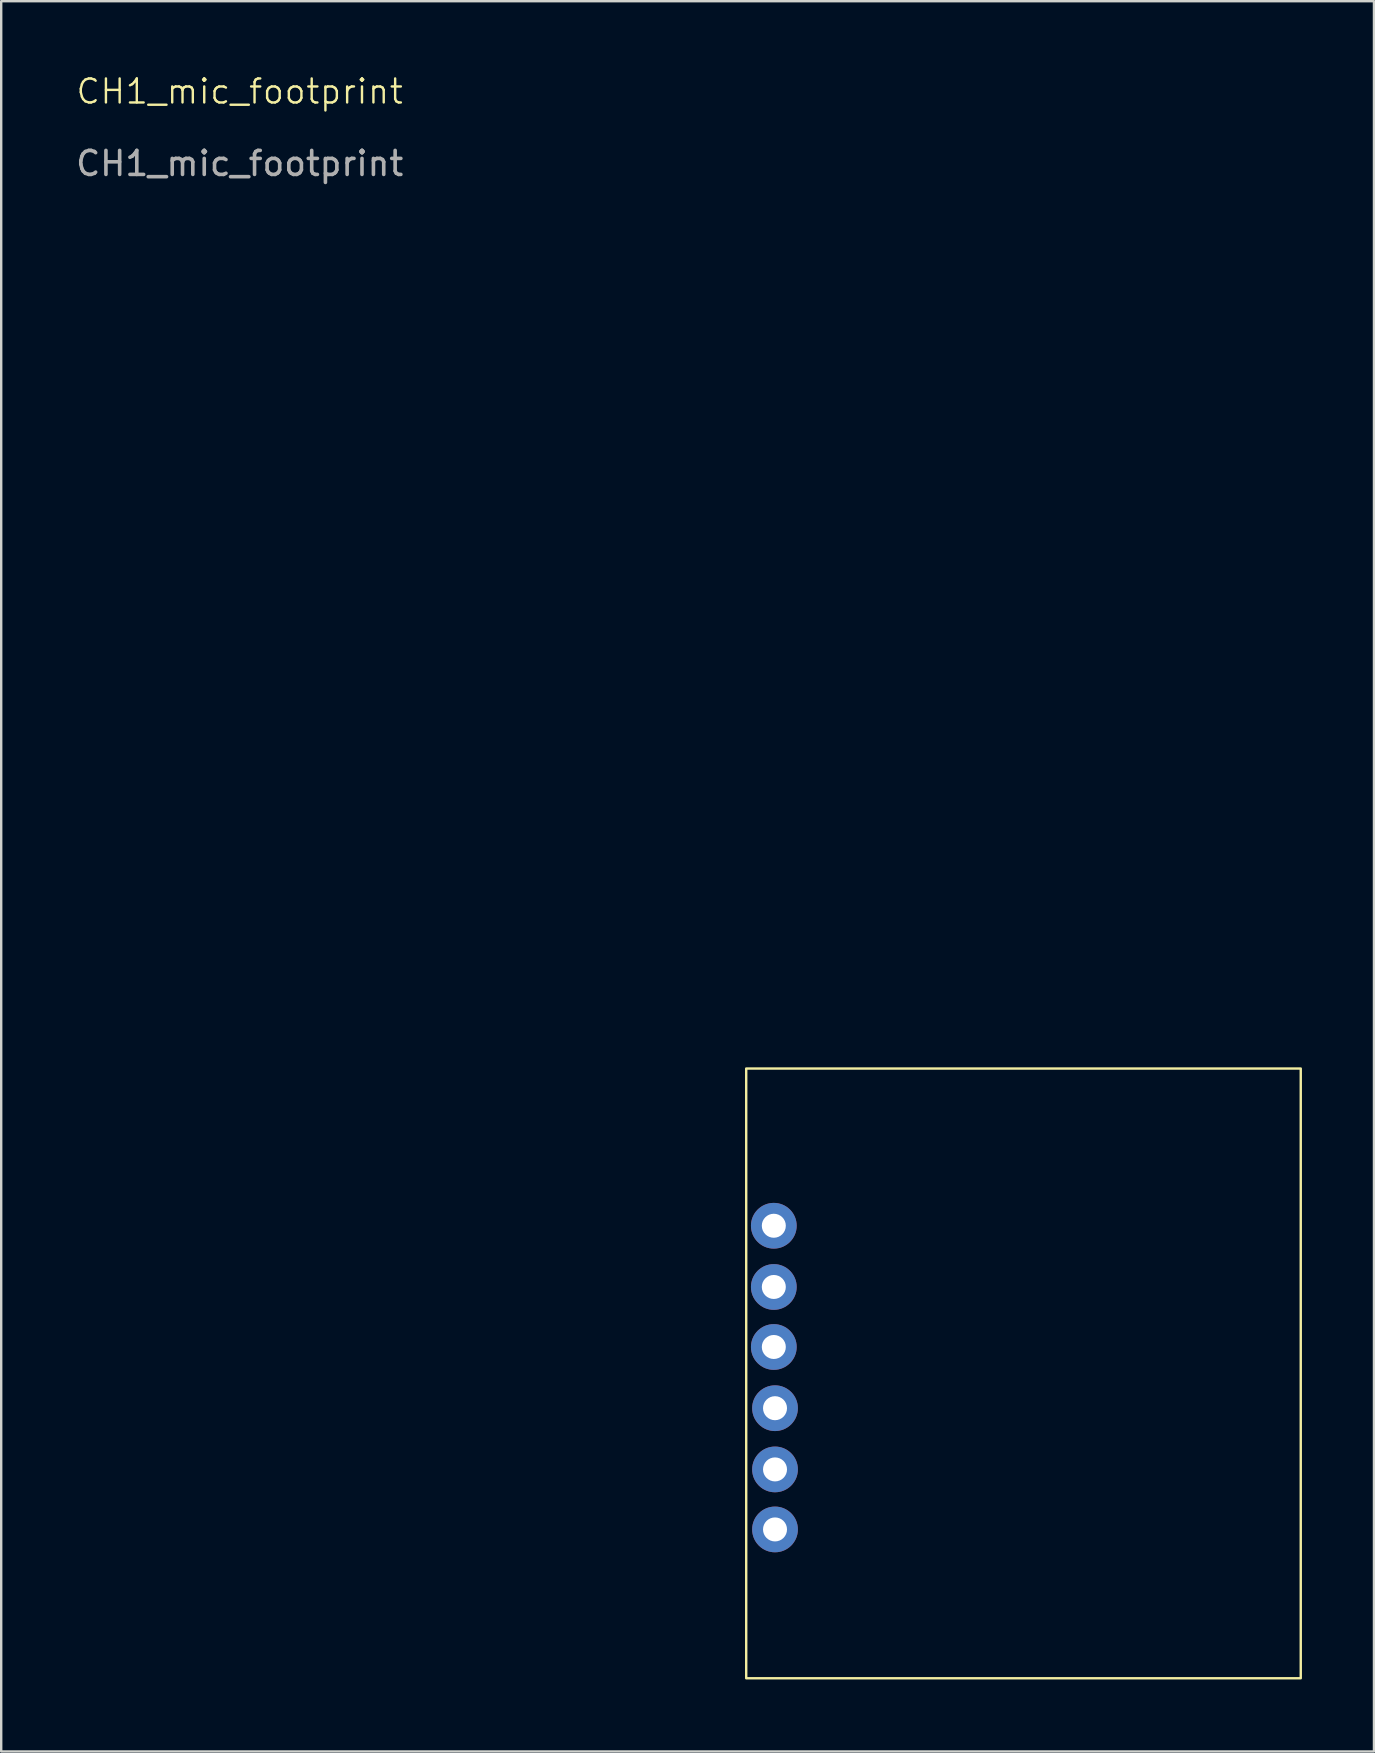
<source format=kicad_pcb>
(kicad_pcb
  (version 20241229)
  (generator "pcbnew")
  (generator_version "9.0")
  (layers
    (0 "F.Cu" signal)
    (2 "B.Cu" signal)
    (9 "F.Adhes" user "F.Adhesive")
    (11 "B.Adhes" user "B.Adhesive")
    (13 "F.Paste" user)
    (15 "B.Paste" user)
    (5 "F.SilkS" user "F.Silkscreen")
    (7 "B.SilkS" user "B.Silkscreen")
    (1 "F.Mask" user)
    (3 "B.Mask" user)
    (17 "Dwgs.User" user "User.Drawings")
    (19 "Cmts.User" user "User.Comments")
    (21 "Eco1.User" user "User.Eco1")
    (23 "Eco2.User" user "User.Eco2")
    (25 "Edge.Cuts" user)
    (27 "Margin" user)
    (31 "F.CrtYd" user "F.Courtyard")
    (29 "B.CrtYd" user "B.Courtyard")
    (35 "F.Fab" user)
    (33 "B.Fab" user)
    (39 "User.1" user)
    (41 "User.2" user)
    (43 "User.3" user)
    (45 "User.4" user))
  (footprint "CH1_mic_footprint"
    (layer "F.Cu")
    (at 39.584 54.16)
    (property "Reference" "CH1_mic_footprint" (at -32.65 -53.4 0) (unlocked yes) (layer "F.SilkS") (effects (font (size 1 1) (thickness 0.1))))
    (attr smd)
    (fp_rect (start -11.55 -12.7) (end 11.55 12.7) (stroke (width 0.1) (type default)) (fill no) (layer "F.SilkS"))
    (fp_text user "${REFERENCE}" (at -32.65 -50.4 0) (unlocked yes) (layer "F.Fab") (effects (font (size 1 1) (thickness 0.15))))
    (pad "1" thru_hole circle (at -10.35 6.5) (size 1.905 1.905) (drill 1) (layers "*.Cu" "*.Mask"))
    (pad "2" thru_hole circle (at -10.35 4) (size 1.905 1.905) (drill 1) (layers "*.Cu" "*.Mask"))
    (pad "3" thru_hole circle (at -10.35 1.45) (size 1.905 1.905) (drill 1) (layers "*.Cu" "*.Mask"))
    (pad "4" thru_hole circle (at -10.4 -1.1) (size 1.905 1.905) (drill 1) (layers "*.Cu" "*.Mask"))
    (pad "5" thru_hole circle (at -10.4 -3.6) (size 1.905 1.905) (drill 1) (layers "*.Cu" "*.Mask"))
    (pad "6" thru_hole circle (at -10.4 -6.15) (size 1.905 1.905) (drill 1) (layers "*.Cu" "*.Mask")))
  (gr_rect
    (start -3 -3)
    (end 54.184 69.91)
    (stroke (width 0.1) (type default))
    (fill no)
    (layer "Edge.Cuts")))
</source>
